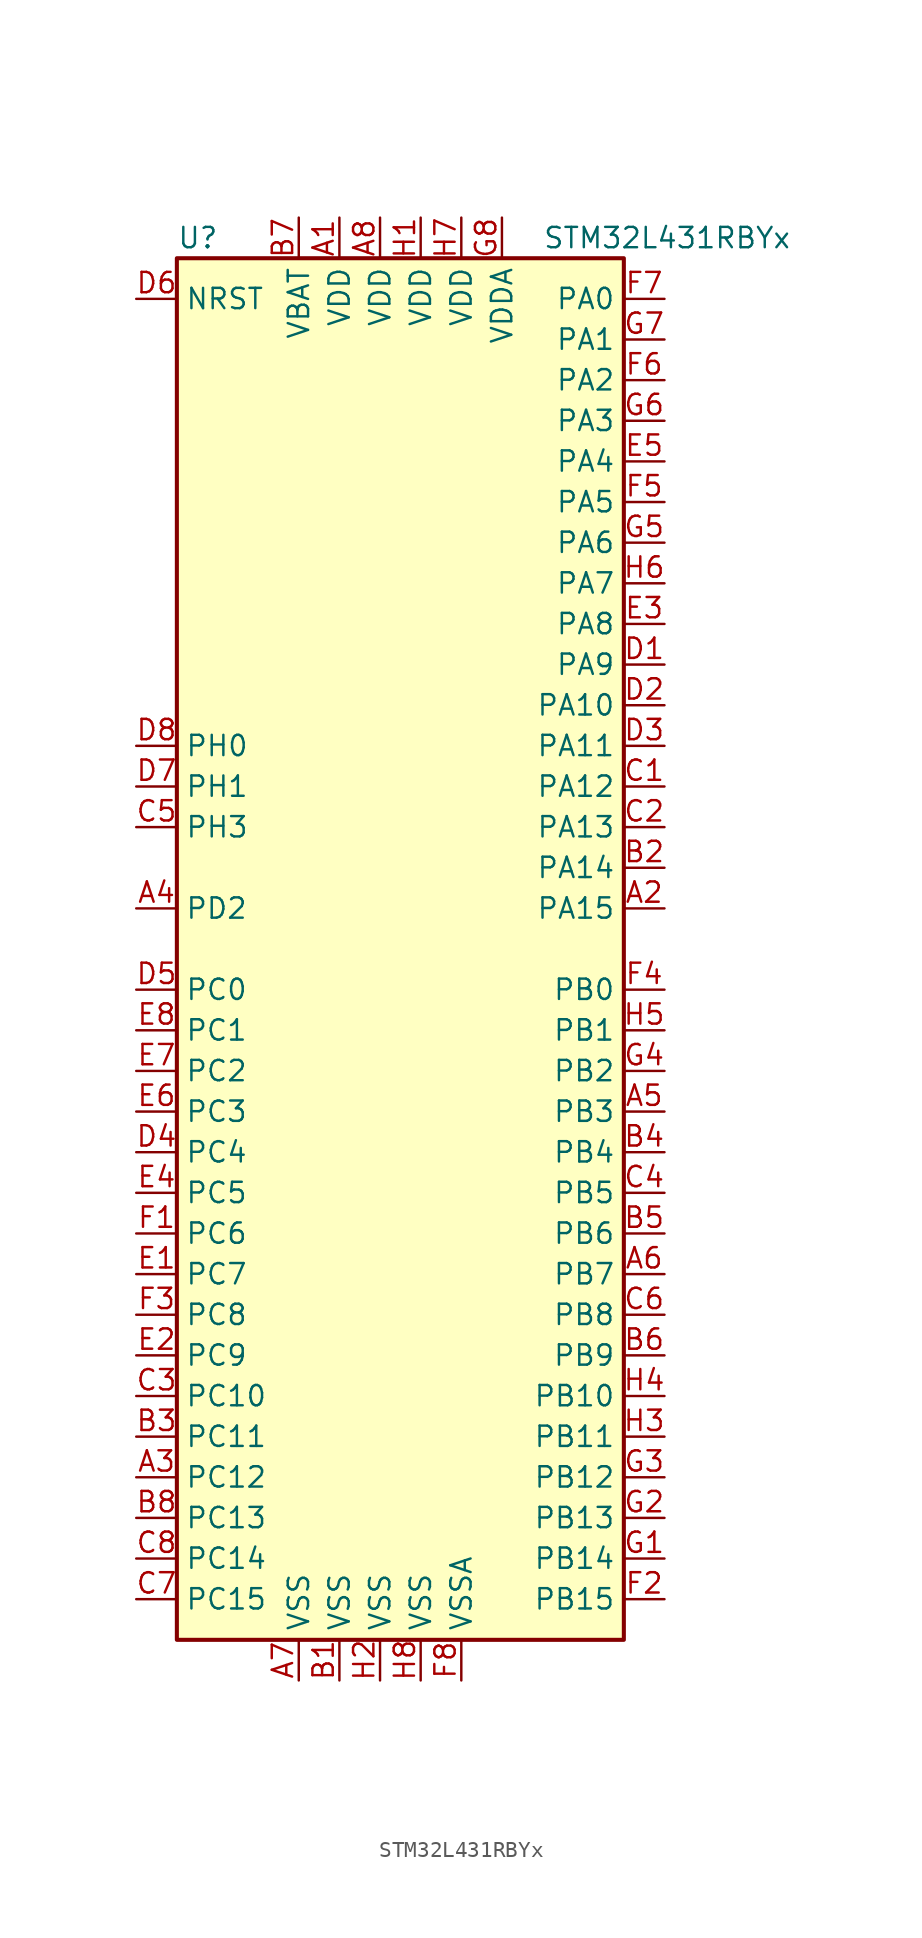
<source format=kicad_sym>
(kicad_symbol_lib
  (version 20220914)
  (generator kicad_symbol_editor)
  (symbol "STM32L431RBYx"
    (property "Reference" "U"
      (at -15.24 44.45 0)
      (effects (font (size 1.27 1.27)) (justify left)))
    (property "Value" "STM32L431RBYx"
      (at 7.62 44.45 0)
      (effects (font (size 1.27 1.27)) (justify left)))
    (symbol "STM32L431RBYx_0_1"
      (rectangle (start -15.24 -43.18) (end 12.7 43.18) (stroke (width 0.254) (type default)) (fill (type background))))
    (symbol "STM32L431RBYx_1_1"
      (pin power_in line (at -5.08 45.72 270) (length 2.54) (name "VDD" (effects (font (size 1.27 1.27)))) (number "A1" (effects (font (size 1.27 1.27)))))
      (pin bidirectional line (at 15.24 2.54 180) (length 2.54) (name "PA15" (effects (font (size 1.27 1.27)))) (number "A2" (effects (font (size 1.27 1.27)))))
      (pin bidirectional line (at -17.78 -33.02 0) (length 2.54) (name "PC12" (effects (font (size 1.27 1.27)))) (number "A3" (effects (font (size 1.27 1.27)))))
      (pin bidirectional line (at -17.78 2.54 0) (length 2.54) (name "PD2" (effects (font (size 1.27 1.27)))) (number "A4" (effects (font (size 1.27 1.27)))))
      (pin bidirectional line (at 15.24 -10.16 180) (length 2.54) (name "PB3" (effects (font (size 1.27 1.27)))) (number "A5" (effects (font (size 1.27 1.27)))))
      (pin bidirectional line (at 15.24 -20.32 180) (length 2.54) (name "PB7" (effects (font (size 1.27 1.27)))) (number "A6" (effects (font (size 1.27 1.27)))))
      (pin power_in line (at -7.62 -45.72 90) (length 2.54) (name "VSS" (effects (font (size 1.27 1.27)))) (number "A7" (effects (font (size 1.27 1.27)))))
      (pin power_in line (at -2.54 45.72 270) (length 2.54) (name "VDD" (effects (font (size 1.27 1.27)))) (number "A8" (effects (font (size 1.27 1.27)))))
      (pin power_in line (at -5.08 -45.72 90) (length 2.54) (name "VSS" (effects (font (size 1.27 1.27)))) (number "B1" (effects (font (size 1.27 1.27)))))
      (pin bidirectional line (at 15.24 5.08 180) (length 2.54) (name "PA14" (effects (font (size 1.27 1.27)))) (number "B2" (effects (font (size 1.27 1.27)))))
      (pin bidirectional line (at -17.78 -30.48 0) (length 2.54) (name "PC11" (effects (font (size 1.27 1.27)))) (number "B3" (effects (font (size 1.27 1.27)))))
      (pin bidirectional line (at 15.24 -12.7 180) (length 2.54) (name "PB4" (effects (font (size 1.27 1.27)))) (number "B4" (effects (font (size 1.27 1.27)))))
      (pin bidirectional line (at 15.24 -17.78 180) (length 2.54) (name "PB6" (effects (font (size 1.27 1.27)))) (number "B5" (effects (font (size 1.27 1.27)))))
      (pin bidirectional line (at 15.24 -25.4 180) (length 2.54) (name "PB9" (effects (font (size 1.27 1.27)))) (number "B6" (effects (font (size 1.27 1.27)))))
      (pin power_in line (at -7.62 45.72 270) (length 2.54) (name "VBAT" (effects (font (size 1.27 1.27)))) (number "B7" (effects (font (size 1.27 1.27)))))
      (pin bidirectional line (at -17.78 -35.56 0) (length 2.54) (name "PC13" (effects (font (size 1.27 1.27)))) (number "B8" (effects (font (size 1.27 1.27)))))
      (pin bidirectional line (at 15.24 10.16 180) (length 2.54) (name "PA12" (effects (font (size 1.27 1.27)))) (number "C1" (effects (font (size 1.27 1.27)))))
      (pin bidirectional line (at 15.24 7.62 180) (length 2.54) (name "PA13" (effects (font (size 1.27 1.27)))) (number "C2" (effects (font (size 1.27 1.27)))))
      (pin bidirectional line (at -17.78 -27.94 0) (length 2.54) (name "PC10" (effects (font (size 1.27 1.27)))) (number "C3" (effects (font (size 1.27 1.27)))))
      (pin bidirectional line (at 15.24 -15.24 180) (length 2.54) (name "PB5" (effects (font (size 1.27 1.27)))) (number "C4" (effects (font (size 1.27 1.27)))))
      (pin bidirectional line (at -17.78 7.62 0) (length 2.54) (name "PH3" (effects (font (size 1.27 1.27)))) (number "C5" (effects (font (size 1.27 1.27)))))
      (pin bidirectional line (at 15.24 -22.86 180) (length 2.54) (name "PB8" (effects (font (size 1.27 1.27)))) (number "C6" (effects (font (size 1.27 1.27)))))
      (pin bidirectional line (at -17.78 -40.64 0) (length 2.54) (name "PC15" (effects (font (size 1.27 1.27)))) (number "C7" (effects (font (size 1.27 1.27)))))
      (pin bidirectional line (at -17.78 -38.1 0) (length 2.54) (name "PC14" (effects (font (size 1.27 1.27)))) (number "C8" (effects (font (size 1.27 1.27)))))
      (pin bidirectional line (at 15.24 17.78 180) (length 2.54) (name "PA9" (effects (font (size 1.27 1.27)))) (number "D1" (effects (font (size 1.27 1.27)))))
      (pin bidirectional line (at 15.24 15.24 180) (length 2.54) (name "PA10" (effects (font (size 1.27 1.27)))) (number "D2" (effects (font (size 1.27 1.27)))))
      (pin bidirectional line (at 15.24 12.7 180) (length 2.54) (name "PA11" (effects (font (size 1.27 1.27)))) (number "D3" (effects (font (size 1.27 1.27)))))
      (pin bidirectional line (at -17.78 -12.7 0) (length 2.54) (name "PC4" (effects (font (size 1.27 1.27)))) (number "D4" (effects (font (size 1.27 1.27)))))
      (pin bidirectional line (at -17.78 -2.54 0) (length 2.54) (name "PC0" (effects (font (size 1.27 1.27)))) (number "D5" (effects (font (size 1.27 1.27)))))
      (pin input line (at -17.78 40.64 0) (length 2.54) (name "NRST" (effects (font (size 1.27 1.27)))) (number "D6" (effects (font (size 1.27 1.27)))))
      (pin input line (at -17.78 10.16 0) (length 2.54) (name "PH1" (effects (font (size 1.27 1.27)))) (number "D7" (effects (font (size 1.27 1.27)))))
      (pin input line (at -17.78 12.7 0) (length 2.54) (name "PH0" (effects (font (size 1.27 1.27)))) (number "D8" (effects (font (size 1.27 1.27)))))
      (pin bidirectional line (at -17.78 -20.32 0) (length 2.54) (name "PC7" (effects (font (size 1.27 1.27)))) (number "E1" (effects (font (size 1.27 1.27)))))
      (pin bidirectional line (at -17.78 -25.4 0) (length 2.54) (name "PC9" (effects (font (size 1.27 1.27)))) (number "E2" (effects (font (size 1.27 1.27)))))
      (pin bidirectional line (at 15.24 20.32 180) (length 2.54) (name "PA8" (effects (font (size 1.27 1.27)))) (number "E3" (effects (font (size 1.27 1.27)))))
      (pin bidirectional line (at -17.78 -15.24 0) (length 2.54) (name "PC5" (effects (font (size 1.27 1.27)))) (number "E4" (effects (font (size 1.27 1.27)))))
      (pin bidirectional line (at 15.24 30.48 180) (length 2.54) (name "PA4" (effects (font (size 1.27 1.27)))) (number "E5" (effects (font (size 1.27 1.27)))))
      (pin bidirectional line (at -17.78 -10.16 0) (length 2.54) (name "PC3" (effects (font (size 1.27 1.27)))) (number "E6" (effects (font (size 1.27 1.27)))))
      (pin bidirectional line (at -17.78 -7.62 0) (length 2.54) (name "PC2" (effects (font (size 1.27 1.27)))) (number "E7" (effects (font (size 1.27 1.27)))))
      (pin bidirectional line (at -17.78 -5.08 0) (length 2.54) (name "PC1" (effects (font (size 1.27 1.27)))) (number "E8" (effects (font (size 1.27 1.27)))))
      (pin bidirectional line (at -17.78 -17.78 0) (length 2.54) (name "PC6" (effects (font (size 1.27 1.27)))) (number "F1" (effects (font (size 1.27 1.27)))))
      (pin bidirectional line (at 15.24 -40.64 180) (length 2.54) (name "PB15" (effects (font (size 1.27 1.27)))) (number "F2" (effects (font (size 1.27 1.27)))))
      (pin bidirectional line (at -17.78 -22.86 0) (length 2.54) (name "PC8" (effects (font (size 1.27 1.27)))) (number "F3" (effects (font (size 1.27 1.27)))))
      (pin bidirectional line (at 15.24 -2.54 180) (length 2.54) (name "PB0" (effects (font (size 1.27 1.27)))) (number "F4" (effects (font (size 1.27 1.27)))))
      (pin bidirectional line (at 15.24 27.94 180) (length 2.54) (name "PA5" (effects (font (size 1.27 1.27)))) (number "F5" (effects (font (size 1.27 1.27)))))
      (pin bidirectional line (at 15.24 35.56 180) (length 2.54) (name "PA2" (effects (font (size 1.27 1.27)))) (number "F6" (effects (font (size 1.27 1.27)))))
      (pin bidirectional line (at 15.24 40.64 180) (length 2.54) (name "PA0" (effects (font (size 1.27 1.27)))) (number "F7" (effects (font (size 1.27 1.27)))))
      (pin power_in line (at 2.54 -45.72 90) (length 2.54) (name "VSSA" (effects (font (size 1.27 1.27)))) (number "F8" (effects (font (size 1.27 1.27)))))
      (pin bidirectional line (at 15.24 -38.1 180) (length 2.54) (name "PB14" (effects (font (size 1.27 1.27)))) (number "G1" (effects (font (size 1.27 1.27)))))
      (pin bidirectional line (at 15.24 -35.56 180) (length 2.54) (name "PB13" (effects (font (size 1.27 1.27)))) (number "G2" (effects (font (size 1.27 1.27)))))
      (pin bidirectional line (at 15.24 -33.02 180) (length 2.54) (name "PB12" (effects (font (size 1.27 1.27)))) (number "G3" (effects (font (size 1.27 1.27)))))
      (pin bidirectional line (at 15.24 -7.62 180) (length 2.54) (name "PB2" (effects (font (size 1.27 1.27)))) (number "G4" (effects (font (size 1.27 1.27)))))
      (pin bidirectional line (at 15.24 25.4 180) (length 2.54) (name "PA6" (effects (font (size 1.27 1.27)))) (number "G5" (effects (font (size 1.27 1.27)))))
      (pin bidirectional line (at 15.24 33.02 180) (length 2.54) (name "PA3" (effects (font (size 1.27 1.27)))) (number "G6" (effects (font (size 1.27 1.27)))))
      (pin bidirectional line (at 15.24 38.1 180) (length 2.54) (name "PA1" (effects (font (size 1.27 1.27)))) (number "G7" (effects (font (size 1.27 1.27)))))
      (pin power_in line (at 5.08 45.72 270) (length 2.54) (name "VDDA" (effects (font (size 1.27 1.27)))) (number "G8" (effects (font (size 1.27 1.27)))))
      (pin power_in line (at 0 45.72 270) (length 2.54) (name "VDD" (effects (font (size 1.27 1.27)))) (number "H1" (effects (font (size 1.27 1.27)))))
      (pin power_in line (at -2.54 -45.72 90) (length 2.54) (name "VSS" (effects (font (size 1.27 1.27)))) (number "H2" (effects (font (size 1.27 1.27)))))
      (pin bidirectional line (at 15.24 -30.48 180) (length 2.54) (name "PB11" (effects (font (size 1.27 1.27)))) (number "H3" (effects (font (size 1.27 1.27)))))
      (pin bidirectional line (at 15.24 -27.94 180) (length 2.54) (name "PB10" (effects (font (size 1.27 1.27)))) (number "H4" (effects (font (size 1.27 1.27)))))
      (pin bidirectional line (at 15.24 -5.08 180) (length 2.54) (name "PB1" (effects (font (size 1.27 1.27)))) (number "H5" (effects (font (size 1.27 1.27)))))
      (pin bidirectional line (at 15.24 22.86 180) (length 2.54) (name "PA7" (effects (font (size 1.27 1.27)))) (number "H6" (effects (font (size 1.27 1.27)))))
      (pin power_in line (at 2.54 45.72 270) (length 2.54) (name "VDD" (effects (font (size 1.27 1.27)))) (number "H7" (effects (font (size 1.27 1.27)))))
      (pin power_in line (at 0 -45.72 90) (length 2.54) (name "VSS" (effects (font (size 1.27 1.27)))) (number "H8" (effects (font (size 1.27 1.27))))))))
</source>
